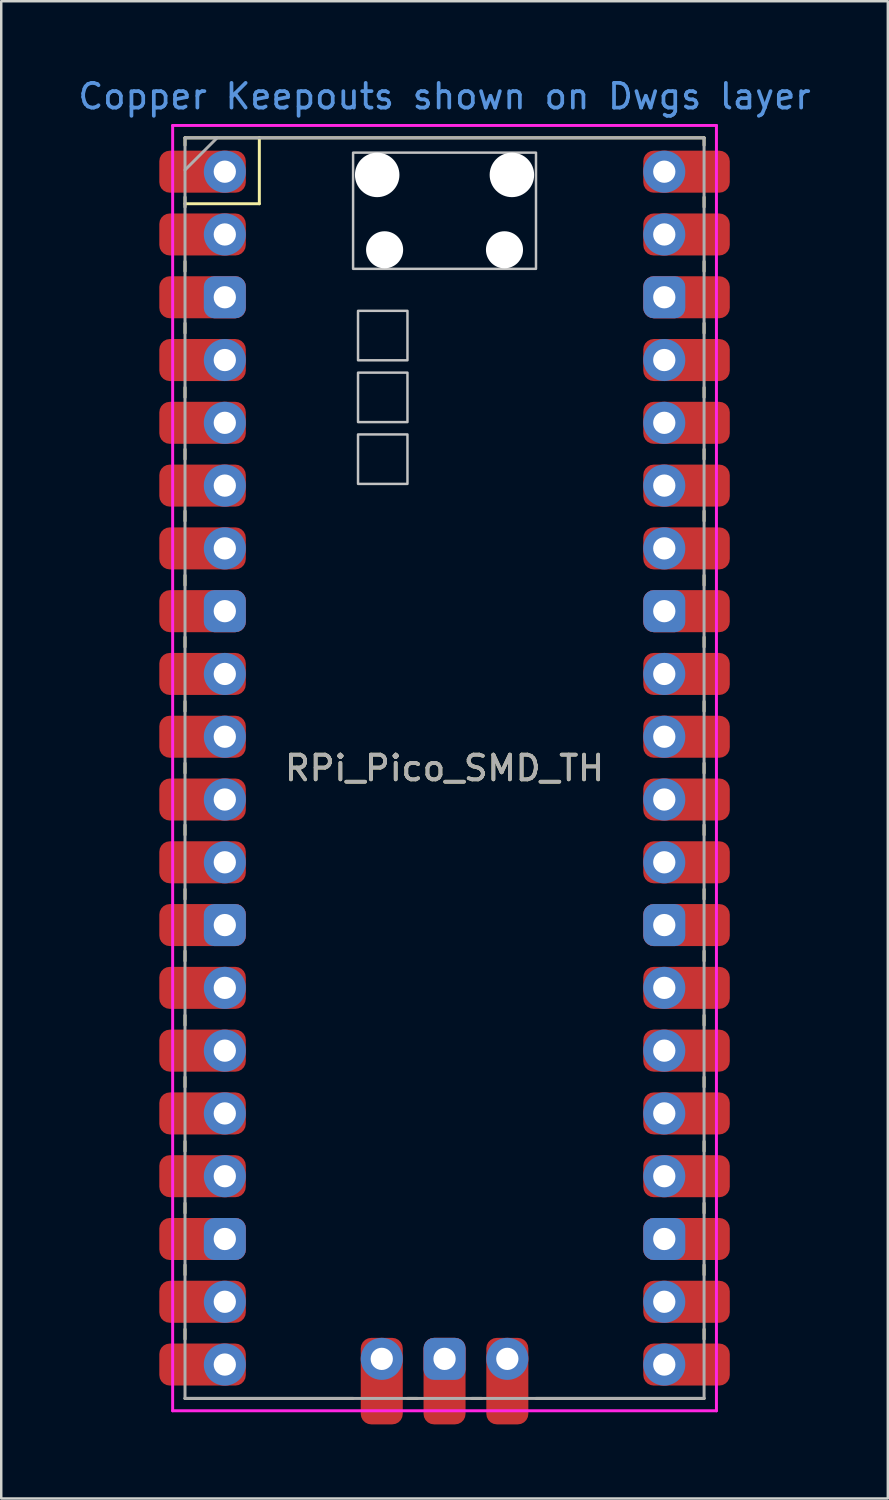
<source format=kicad_pcb>
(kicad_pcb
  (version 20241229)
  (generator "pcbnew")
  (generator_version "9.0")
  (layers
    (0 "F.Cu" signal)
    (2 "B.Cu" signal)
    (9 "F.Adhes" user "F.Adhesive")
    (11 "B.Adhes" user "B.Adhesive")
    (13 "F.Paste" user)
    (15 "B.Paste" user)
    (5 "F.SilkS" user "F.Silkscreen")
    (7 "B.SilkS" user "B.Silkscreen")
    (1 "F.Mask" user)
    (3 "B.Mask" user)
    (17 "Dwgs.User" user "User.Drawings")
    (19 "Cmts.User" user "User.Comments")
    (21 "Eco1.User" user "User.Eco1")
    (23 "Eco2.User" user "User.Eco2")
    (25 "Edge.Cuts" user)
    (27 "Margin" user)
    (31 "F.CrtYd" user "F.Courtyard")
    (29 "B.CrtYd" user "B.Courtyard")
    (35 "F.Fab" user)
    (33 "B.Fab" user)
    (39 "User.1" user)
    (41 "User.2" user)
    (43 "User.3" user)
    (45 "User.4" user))
  (footprint "RPi_Pico_SMD_TH"
    (layer "F.Cu")
    (at 14.935 28.026)
    (property "Reference" "RPi_Pico_SMD_TH" (at 0 0 0) (layer "F.SilkS") (effects (font (size 1 1) (thickness 0.15))))
    (attr through_hole)
    (fp_line (start -10.5 -25.5) (end -10.5 -25.2) (stroke (width 0.12) (type solid)) (layer "F.SilkS"))
    (fp_line (start -10.5 -25.5) (end 10.5 -25.5) (stroke (width 0.12) (type solid)) (layer "F.SilkS"))
    (fp_line (start -10.5 -23.1) (end -10.5 -22.7) (stroke (width 0.12) (type solid)) (layer "F.SilkS"))
    (fp_line (start -10.5 -22.833) (end -7.493 -22.833) (stroke (width 0.12) (type solid)) (layer "F.SilkS"))
    (fp_line (start -10.5 -20.5) (end -10.5 -20.1) (stroke (width 0.12) (type solid)) (layer "F.SilkS"))
    (fp_line (start -10.5 -18) (end -10.5 -17.6) (stroke (width 0.12) (type solid)) (layer "F.SilkS"))
    (fp_line (start -10.5 -15.4) (end -10.5 -15) (stroke (width 0.12) (type solid)) (layer "F.SilkS"))
    (fp_line (start -10.5 -12.9) (end -10.5 -12.5) (stroke (width 0.12) (type solid)) (layer "F.SilkS"))
    (fp_line (start -10.5 -10.4) (end -10.5 -10) (stroke (width 0.12) (type solid)) (layer "F.SilkS"))
    (fp_line (start -10.5 -7.8) (end -10.5 -7.4) (stroke (width 0.12) (type solid)) (layer "F.SilkS"))
    (fp_line (start -10.5 -5.3) (end -10.5 -4.9) (stroke (width 0.12) (type solid)) (layer "F.SilkS"))
    (fp_line (start -10.5 -2.7) (end -10.5 -2.3) (stroke (width 0.12) (type solid)) (layer "F.SilkS"))
    (fp_line (start -10.5 -0.2) (end -10.5 0.2) (stroke (width 0.12) (type solid)) (layer "F.SilkS"))
    (fp_line (start -10.5 2.3) (end -10.5 2.7) (stroke (width 0.12) (type solid)) (layer "F.SilkS"))
    (fp_line (start -10.5 4.9) (end -10.5 5.3) (stroke (width 0.12) (type solid)) (layer "F.SilkS"))
    (fp_line (start -10.5 7.4) (end -10.5 7.8) (stroke (width 0.12) (type solid)) (layer "F.SilkS"))
    (fp_line (start -10.5 10) (end -10.5 10.4) (stroke (width 0.12) (type solid)) (layer "F.SilkS"))
    (fp_line (start -10.5 12.5) (end -10.5 12.9) (stroke (width 0.12) (type solid)) (layer "F.SilkS"))
    (fp_line (start -10.5 15.1) (end -10.5 15.5) (stroke (width 0.12) (type solid)) (layer "F.SilkS"))
    (fp_line (start -10.5 17.6) (end -10.5 18) (stroke (width 0.12) (type solid)) (layer "F.SilkS"))
    (fp_line (start -10.5 20.1) (end -10.5 20.5) (stroke (width 0.12) (type solid)) (layer "F.SilkS"))
    (fp_line (start -10.5 22.7) (end -10.5 23.1) (stroke (width 0.12) (type solid)) (layer "F.SilkS"))
    (fp_line (start -7.493 -22.833) (end -7.493 -25.5) (stroke (width 0.12) (type solid)) (layer "F.SilkS"))
    (fp_line (start -3.7 25.5) (end -10.5 25.5) (stroke (width 0.12) (type solid)) (layer "F.SilkS"))
    (fp_line (start -1.5 25.5) (end -1.1 25.5) (stroke (width 0.12) (type solid)) (layer "F.SilkS"))
    (fp_line (start 1.1 25.5) (end 1.5 25.5) (stroke (width 0.12) (type solid)) (layer "F.SilkS"))
    (fp_line (start 10.5 -25.5) (end 10.5 -25.2) (stroke (width 0.12) (type solid)) (layer "F.SilkS"))
    (fp_line (start 10.5 -23.1) (end 10.5 -22.7) (stroke (width 0.12) (type solid)) (layer "F.SilkS"))
    (fp_line (start 10.5 -20.5) (end 10.5 -20.1) (stroke (width 0.12) (type solid)) (layer "F.SilkS"))
    (fp_line (start 10.5 -18) (end 10.5 -17.6) (stroke (width 0.12) (type solid)) (layer "F.SilkS"))
    (fp_line (start 10.5 -15.4) (end 10.5 -15) (stroke (width 0.12) (type solid)) (layer "F.SilkS"))
    (fp_line (start 10.5 -12.9) (end 10.5 -12.5) (stroke (width 0.12) (type solid)) (layer "F.SilkS"))
    (fp_line (start 10.5 -10.4) (end 10.5 -10) (stroke (width 0.12) (type solid)) (layer "F.SilkS"))
    (fp_line (start 10.5 -7.8) (end 10.5 -7.4) (stroke (width 0.12) (type solid)) (layer "F.SilkS"))
    (fp_line (start 10.5 -5.3) (end 10.5 -4.9) (stroke (width 0.12) (type solid)) (layer "F.SilkS"))
    (fp_line (start 10.5 -2.7) (end 10.5 -2.3) (stroke (width 0.12) (type solid)) (layer "F.SilkS"))
    (fp_line (start 10.5 -0.2) (end 10.5 0.2) (stroke (width 0.12) (type solid)) (layer "F.SilkS"))
    (fp_line (start 10.5 2.3) (end 10.5 2.7) (stroke (width 0.12) (type solid)) (layer "F.SilkS"))
    (fp_line (start 10.5 4.9) (end 10.5 5.3) (stroke (width 0.12) (type solid)) (layer "F.SilkS"))
    (fp_line (start 10.5 7.4) (end 10.5 7.8) (stroke (width 0.12) (type solid)) (layer "F.SilkS"))
    (fp_line (start 10.5 10) (end 10.5 10.4) (stroke (width 0.12) (type solid)) (layer "F.SilkS"))
    (fp_line (start 10.5 12.5) (end 10.5 12.9) (stroke (width 0.12) (type solid)) (layer "F.SilkS"))
    (fp_line (start 10.5 15.1) (end 10.5 15.5) (stroke (width 0.12) (type solid)) (layer "F.SilkS"))
    (fp_line (start 10.5 17.6) (end 10.5 18) (stroke (width 0.12) (type solid)) (layer "F.SilkS"))
    (fp_line (start 10.5 20.1) (end 10.5 20.5) (stroke (width 0.12) (type solid)) (layer "F.SilkS"))
    (fp_line (start 10.5 22.7) (end 10.5 23.1) (stroke (width 0.12) (type solid)) (layer "F.SilkS"))
    (fp_line (start 10.5 25.5) (end 3.7 25.5) (stroke (width 0.12) (type solid)) (layer "F.SilkS"))
    (fp_poly (pts (xy -1.5 -16.5) (xy -3.5 -16.5) (xy -3.5 -18.5) (xy -1.5 -18.5)) (stroke (width 0.1) (type solid)) (fill no) (layer "Dwgs.User"))
    (fp_poly (pts (xy -1.5 -14) (xy -3.5 -14) (xy -3.5 -16) (xy -1.5 -16)) (stroke (width 0.1) (type solid)) (fill no) (layer "Dwgs.User"))
    (fp_poly (pts (xy -1.5 -11.5) (xy -3.5 -11.5) (xy -3.5 -13.5) (xy -1.5 -13.5)) (stroke (width 0.1) (type solid)) (fill no) (layer "Dwgs.User"))
    (fp_poly (pts (xy 3.7 -20.2) (xy -3.7 -20.2) (xy -3.7 -24.9) (xy 3.7 -24.9)) (stroke (width 0.1) (type solid)) (fill no) (layer "Dwgs.User"))
    (fp_line (start -11 -26) (end 11 -26) (stroke (width 0.12) (type solid)) (layer "F.CrtYd"))
    (fp_line (start -11 26) (end -11 -26) (stroke (width 0.12) (type solid)) (layer "F.CrtYd"))
    (fp_line (start 11 -26) (end 11 26) (stroke (width 0.12) (type solid)) (layer "F.CrtYd"))
    (fp_line (start 11 26) (end -11 26) (stroke (width 0.12) (type solid)) (layer "F.CrtYd"))
    (fp_line (start -10.5 -25.5) (end 10.5 -25.5) (stroke (width 0.12) (type solid)) (layer "F.Fab"))
    (fp_line (start -10.5 -24.2) (end -9.2 -25.5) (stroke (width 0.12) (type solid)) (layer "F.Fab"))
    (fp_line (start -10.5 25.5) (end -10.5 -25.5) (stroke (width 0.12) (type solid)) (layer "F.Fab"))
    (fp_line (start 10.5 -25.5) (end 10.5 25.5) (stroke (width 0.12) (type solid)) (layer "F.Fab"))
    (fp_line (start 10.5 25.5) (end -10.5 25.5) (stroke (width 0.12) (type solid)) (layer "F.Fab"))
    (fp_text user "Copper Keepouts shown on Dwgs layer" (at 0 -27.178 0) (layer "Cmts.User") (effects (font (size 1 1) (thickness 0.15))))
    (fp_text user "${REFERENCE}" (at 0 0 180) (layer "F.Fab") (effects (font (size 1 1) (thickness 0.15))))
    (pad "" np_thru_hole oval (at -2.725 -24) (size 1.8 1.8) (drill 1.8) (layers "*.Cu" "*.Mask"))
    (pad "" np_thru_hole oval (at -2.425 -20.97) (size 1.5 1.5) (drill 1.5) (layers "*.Cu" "*.Mask"))
    (pad "" np_thru_hole oval (at 2.425 -20.97) (size 1.5 1.5) (drill 1.5) (layers "*.Cu" "*.Mask"))
    (pad "" np_thru_hole oval (at 2.725 -24) (size 1.8 1.8) (drill 1.8) (layers "*.Cu" "*.Mask"))
    (pad "1" thru_hole oval (at -8.89 -24.13) (size 1.7 1.7) (drill 0.9) (layers "*.Cu" "*.Mask"))
    (pad "1" smd roundrect (at -8.89 -24.13) (size 3.5 1.7) (drill (offset -0.9 0)) (layers "F.Cu" "F.Mask") (roundrect_rratio 0.25))
    (pad "2" thru_hole oval (at -8.89 -21.59) (size 1.7 1.7) (drill 0.9) (layers "*.Cu" "*.Mask"))
    (pad "2" smd roundrect (at -8.89 -21.59) (size 3.5 1.7) (drill (offset -0.9 0)) (layers "F.Cu" "F.Mask") (roundrect_rratio 0.25))
    (pad "3" thru_hole roundrect (at -8.89 -19.05) (size 1.7 1.7) (drill 0.9) (layers "*.Cu" "*.Mask") (roundrect_rratio 0.25))
    (pad "3" smd roundrect (at -8.89 -19.05) (size 3.5 1.7) (drill (offset -0.9 0)) (layers "F.Cu" "F.Mask") (roundrect_rratio 0.25))
    (pad "4" thru_hole oval (at -8.89 -16.51) (size 1.7 1.7) (drill 0.9) (layers "*.Cu" "*.Mask"))
    (pad "4" smd roundrect (at -8.89 -16.51) (size 3.5 1.7) (drill (offset -0.9 0)) (layers "F.Cu" "F.Mask") (roundrect_rratio 0.25))
    (pad "5" thru_hole oval (at -8.89 -13.97) (size 1.7 1.7) (drill 0.9) (layers "*.Cu" "*.Mask"))
    (pad "5" smd roundrect (at -8.89 -13.97) (size 3.5 1.7) (drill (offset -0.9 0)) (layers "F.Cu" "F.Mask") (roundrect_rratio 0.25))
    (pad "6" thru_hole oval (at -8.89 -11.43) (size 1.7 1.7) (drill 0.9) (layers "*.Cu" "*.Mask"))
    (pad "6" smd roundrect (at -8.89 -11.43) (size 3.5 1.7) (drill (offset -0.9 0)) (layers "F.Cu" "F.Mask") (roundrect_rratio 0.25))
    (pad "7" thru_hole oval (at -8.89 -8.89) (size 1.7 1.7) (drill 0.9) (layers "*.Cu" "*.Mask"))
    (pad "7" smd roundrect (at -8.89 -8.89) (size 3.5 1.7) (drill (offset -0.9 0)) (layers "F.Cu" "F.Mask") (roundrect_rratio 0.25))
    (pad "8" thru_hole roundrect (at -8.89 -6.35) (size 1.7 1.7) (drill 0.9) (layers "*.Cu" "*.Mask") (roundrect_rratio 0.25))
    (pad "8" smd roundrect (at -8.89 -6.35) (size 3.5 1.7) (drill (offset -0.9 0)) (layers "F.Cu" "F.Mask") (roundrect_rratio 0.25))
    (pad "9" thru_hole oval (at -8.89 -3.81) (size 1.7 1.7) (drill 0.9) (layers "*.Cu" "*.Mask"))
    (pad "9" smd roundrect (at -8.89 -3.81) (size 3.5 1.7) (drill (offset -0.9 0)) (layers "F.Cu" "F.Mask") (roundrect_rratio 0.25))
    (pad "10" thru_hole oval (at -8.89 -1.27) (size 1.7 1.7) (drill 0.9) (layers "*.Cu" "*.Mask"))
    (pad "10" smd roundrect (at -8.89 -1.27) (size 3.5 1.7) (drill (offset -0.9 0)) (layers "F.Cu" "F.Mask") (roundrect_rratio 0.25))
    (pad "11" thru_hole oval (at -8.89 1.27) (size 1.7 1.7) (drill 0.9) (layers "*.Cu" "*.Mask"))
    (pad "11" smd roundrect (at -8.89 1.27) (size 3.5 1.7) (drill (offset -0.9 0)) (layers "F.Cu" "F.Mask") (roundrect_rratio 0.25))
    (pad "12" thru_hole oval (at -8.89 3.81) (size 1.7 1.7) (drill 0.9) (layers "*.Cu" "*.Mask"))
    (pad "12" smd roundrect (at -8.89 3.81) (size 3.5 1.7) (drill (offset -0.9 0)) (layers "F.Cu" "F.Mask") (roundrect_rratio 0.25))
    (pad "13" thru_hole roundrect (at -8.89 6.35) (size 1.7 1.7) (drill 0.9) (layers "*.Cu" "*.Mask") (roundrect_rratio 0.25))
    (pad "13" smd roundrect (at -8.89 6.35) (size 3.5 1.7) (drill (offset -0.9 0)) (layers "F.Cu" "F.Mask") (roundrect_rratio 0.25))
    (pad "14" thru_hole oval (at -8.89 8.89) (size 1.7 1.7) (drill 0.9) (layers "*.Cu" "*.Mask"))
    (pad "14" smd roundrect (at -8.89 8.89) (size 3.5 1.7) (drill (offset -0.9 0)) (layers "F.Cu" "F.Mask") (roundrect_rratio 0.25))
    (pad "15" thru_hole oval (at -8.89 11.43) (size 1.7 1.7) (drill 0.9) (layers "*.Cu" "*.Mask"))
    (pad "15" smd roundrect (at -8.89 11.43) (size 3.5 1.7) (drill (offset -0.9 0)) (layers "F.Cu" "F.Mask") (roundrect_rratio 0.25))
    (pad "16" thru_hole oval (at -8.89 13.97) (size 1.7 1.7) (drill 0.9) (layers "*.Cu" "*.Mask"))
    (pad "16" smd roundrect (at -8.89 13.97) (size 3.5 1.7) (drill (offset -0.9 0)) (layers "F.Cu" "F.Mask") (roundrect_rratio 0.25))
    (pad "17" thru_hole oval (at -8.89 16.51) (size 1.7 1.7) (drill 0.9) (layers "*.Cu" "*.Mask"))
    (pad "17" smd roundrect (at -8.89 16.51) (size 3.5 1.7) (drill (offset -0.9 0)) (layers "F.Cu" "F.Mask") (roundrect_rratio 0.25))
    (pad "18" thru_hole roundrect (at -8.89 19.05) (size 1.7 1.7) (drill 0.9) (layers "*.Cu" "*.Mask") (roundrect_rratio 0.25))
    (pad "18" smd roundrect (at -8.89 19.05) (size 3.5 1.7) (drill (offset -0.9 0)) (layers "F.Cu" "F.Mask") (roundrect_rratio 0.25))
    (pad "19" thru_hole oval (at -8.89 21.59) (size 1.7 1.7) (drill 0.9) (layers "*.Cu" "*.Mask"))
    (pad "19" smd roundrect (at -8.89 21.59) (size 3.5 1.7) (drill (offset -0.9 0)) (layers "F.Cu" "F.Mask") (roundrect_rratio 0.25))
    (pad "20" thru_hole oval (at -8.89 24.13) (size 1.7 1.7) (drill 0.9) (layers "*.Cu" "*.Mask"))
    (pad "20" smd roundrect (at -8.89 24.13) (size 3.5 1.7) (drill (offset -0.9 0)) (layers "F.Cu" "F.Mask") (roundrect_rratio 0.25))
    (pad "21" thru_hole oval (at 8.89 24.13) (size 1.7 1.7) (drill 0.9) (layers "*.Cu" "*.Mask"))
    (pad "21" smd roundrect (at 8.89 24.13 180) (size 3.5 1.7) (drill (offset -0.9 0)) (layers "F.Cu" "F.Mask") (roundrect_rratio 0.25))
    (pad "22" thru_hole oval (at 8.89 21.59) (size 1.7 1.7) (drill 0.9) (layers "*.Cu" "*.Mask"))
    (pad "22" smd roundrect (at 8.89 21.59 180) (size 3.5 1.7) (drill (offset -0.9 0)) (layers "F.Cu" "F.Mask") (roundrect_rratio 0.25))
    (pad "23" thru_hole roundrect (at 8.89 19.05) (size 1.7 1.7) (drill 0.9) (layers "*.Cu" "*.Mask") (roundrect_rratio 0.25))
    (pad "23" smd roundrect (at 8.89 19.05 180) (size 3.5 1.7) (drill (offset -0.9 0)) (layers "F.Cu" "F.Mask") (roundrect_rratio 0.25))
    (pad "24" thru_hole oval (at 8.89 16.51) (size 1.7 1.7) (drill 0.9) (layers "*.Cu" "*.Mask"))
    (pad "24" smd roundrect (at 8.89 16.51 180) (size 3.5 1.7) (drill (offset -0.9 0)) (layers "F.Cu" "F.Mask") (roundrect_rratio 0.25))
    (pad "25" thru_hole oval (at 8.89 13.97) (size 1.7 1.7) (drill 0.9) (layers "*.Cu" "*.Mask"))
    (pad "25" smd roundrect (at 8.89 13.97 180) (size 3.5 1.7) (drill (offset -0.9 0)) (layers "F.Cu" "F.Mask") (roundrect_rratio 0.25))
    (pad "26" thru_hole oval (at 8.89 11.43) (size 1.7 1.7) (drill 0.9) (layers "*.Cu" "*.Mask"))
    (pad "26" smd roundrect (at 8.89 11.43 180) (size 3.5 1.7) (drill (offset -0.9 0)) (layers "F.Cu" "F.Mask") (roundrect_rratio 0.25))
    (pad "27" thru_hole oval (at 8.89 8.89) (size 1.7 1.7) (drill 0.9) (layers "*.Cu" "*.Mask"))
    (pad "27" smd roundrect (at 8.89 8.89 180) (size 3.5 1.7) (drill (offset -0.9 0)) (layers "F.Cu" "F.Mask") (roundrect_rratio 0.25))
    (pad "28" thru_hole roundrect (at 8.89 6.35) (size 1.7 1.7) (drill 0.9) (layers "*.Cu" "*.Mask") (roundrect_rratio 0.25))
    (pad "28" smd roundrect (at 8.89 6.35 180) (size 3.5 1.7) (drill (offset -0.9 0)) (layers "F.Cu" "F.Mask") (roundrect_rratio 0.25))
    (pad "29" thru_hole oval (at 8.89 3.81) (size 1.7 1.7) (drill 0.9) (layers "*.Cu" "*.Mask"))
    (pad "29" smd roundrect (at 8.89 3.81 180) (size 3.5 1.7) (drill (offset -0.9 0)) (layers "F.Cu" "F.Mask") (roundrect_rratio 0.25))
    (pad "30" thru_hole oval (at 8.89 1.27) (size 1.7 1.7) (drill 0.9) (layers "*.Cu" "*.Mask"))
    (pad "30" smd roundrect (at 8.89 1.27 180) (size 3.5 1.7) (drill (offset -0.9 0)) (layers "F.Cu" "F.Mask") (roundrect_rratio 0.25))
    (pad "31" thru_hole oval (at 8.89 -1.27) (size 1.7 1.7) (drill 0.9) (layers "*.Cu" "*.Mask"))
    (pad "31" smd roundrect (at 8.89 -1.27 180) (size 3.5 1.7) (drill (offset -0.9 0)) (layers "F.Cu" "F.Mask") (roundrect_rratio 0.25))
    (pad "32" thru_hole oval (at 8.89 -3.81) (size 1.7 1.7) (drill 0.9) (layers "*.Cu" "*.Mask"))
    (pad "32" smd roundrect (at 8.89 -3.81 180) (size 3.5 1.7) (drill (offset -0.9 0)) (layers "F.Cu" "F.Mask") (roundrect_rratio 0.25))
    (pad "33" thru_hole roundrect (at 8.89 -6.35) (size 1.7 1.7) (drill 0.9) (layers "*.Cu" "*.Mask") (roundrect_rratio 0.25))
    (pad "33" smd roundrect (at 8.89 -6.35 180) (size 3.5 1.7) (drill (offset -0.9 0)) (layers "F.Cu" "F.Mask") (roundrect_rratio 0.25))
    (pad "34" thru_hole oval (at 8.89 -8.89) (size 1.7 1.7) (drill 0.9) (layers "*.Cu" "*.Mask"))
    (pad "34" smd roundrect (at 8.89 -8.89 180) (size 3.5 1.7) (drill (offset -0.9 0)) (layers "F.Cu" "F.Mask") (roundrect_rratio 0.25))
    (pad "35" thru_hole oval (at 8.89 -11.43) (size 1.7 1.7) (drill 0.9) (layers "*.Cu" "*.Mask"))
    (pad "35" smd roundrect (at 8.89 -11.43 180) (size 3.5 1.7) (drill (offset -0.9 0)) (layers "F.Cu" "F.Mask") (roundrect_rratio 0.25))
    (pad "36" thru_hole oval (at 8.89 -13.97) (size 1.7 1.7) (drill 0.9) (layers "*.Cu" "*.Mask"))
    (pad "36" smd roundrect (at 8.89 -13.97 180) (size 3.5 1.7) (drill (offset -0.9 0)) (layers "F.Cu" "F.Mask") (roundrect_rratio 0.25))
    (pad "37" thru_hole oval (at 8.89 -16.51) (size 1.7 1.7) (drill 0.9) (layers "*.Cu" "*.Mask"))
    (pad "37" smd roundrect (at 8.89 -16.51 180) (size 3.5 1.7) (drill (offset -0.9 0)) (layers "F.Cu" "F.Mask") (roundrect_rratio 0.25))
    (pad "38" thru_hole roundrect (at 8.89 -19.05) (size 1.7 1.7) (drill 0.9) (layers "*.Cu" "*.Mask") (roundrect_rratio 0.25))
    (pad "38" smd roundrect (at 8.89 -19.05 180) (size 3.5 1.7) (drill (offset -0.9 0)) (layers "F.Cu" "F.Mask") (roundrect_rratio 0.25))
    (pad "39" thru_hole oval (at 8.89 -21.59) (size 1.7 1.7) (drill 0.9) (layers "*.Cu" "*.Mask"))
    (pad "39" smd roundrect (at 8.89 -21.59 180) (size 3.5 1.7) (drill (offset -0.9 0)) (layers "F.Cu" "F.Mask") (roundrect_rratio 0.25))
    (pad "40" thru_hole oval (at 8.89 -24.13) (size 1.7 1.7) (drill 0.9) (layers "*.Cu" "*.Mask"))
    (pad "40" smd roundrect (at 8.89 -24.13 180) (size 3.5 1.7) (drill (offset -0.9 0)) (layers "F.Cu" "F.Mask") (roundrect_rratio 0.25))
    (pad "41" thru_hole oval (at -2.54 23.9) (size 1.7 1.7) (drill 0.9) (layers "*.Cu" "*.Mask"))
    (pad "41" smd roundrect (at -2.54 23.9 90) (size 3.5 1.7) (drill (offset -0.9 0)) (layers "F.Cu" "F.Mask") (roundrect_rratio 0.25))
    (pad "42" thru_hole roundrect (at 0 23.9) (size 1.7 1.7) (drill 0.9) (layers "*.Cu" "*.Mask") (roundrect_rratio 0.25))
    (pad "42" smd roundrect (at 0 23.9 90) (size 3.5 1.7) (drill (offset -0.9 0)) (layers "F.Cu" "F.Mask") (roundrect_rratio 0.25))
    (pad "43" thru_hole oval (at 2.54 23.9) (size 1.7 1.7) (drill 0.9) (layers "*.Cu" "*.Mask"))
    (pad "43" smd roundrect (at 2.54 23.9 90) (size 3.5 1.7) (drill (offset -0.9 0)) (layers "F.Cu" "F.Mask") (roundrect_rratio 0.25)))
  (gr_rect
    (start -3 -3)
    (end 32.869 57.576)
    (stroke (width 0.1) (type default))
    (fill no)
    (layer "Edge.Cuts")))
</source>
